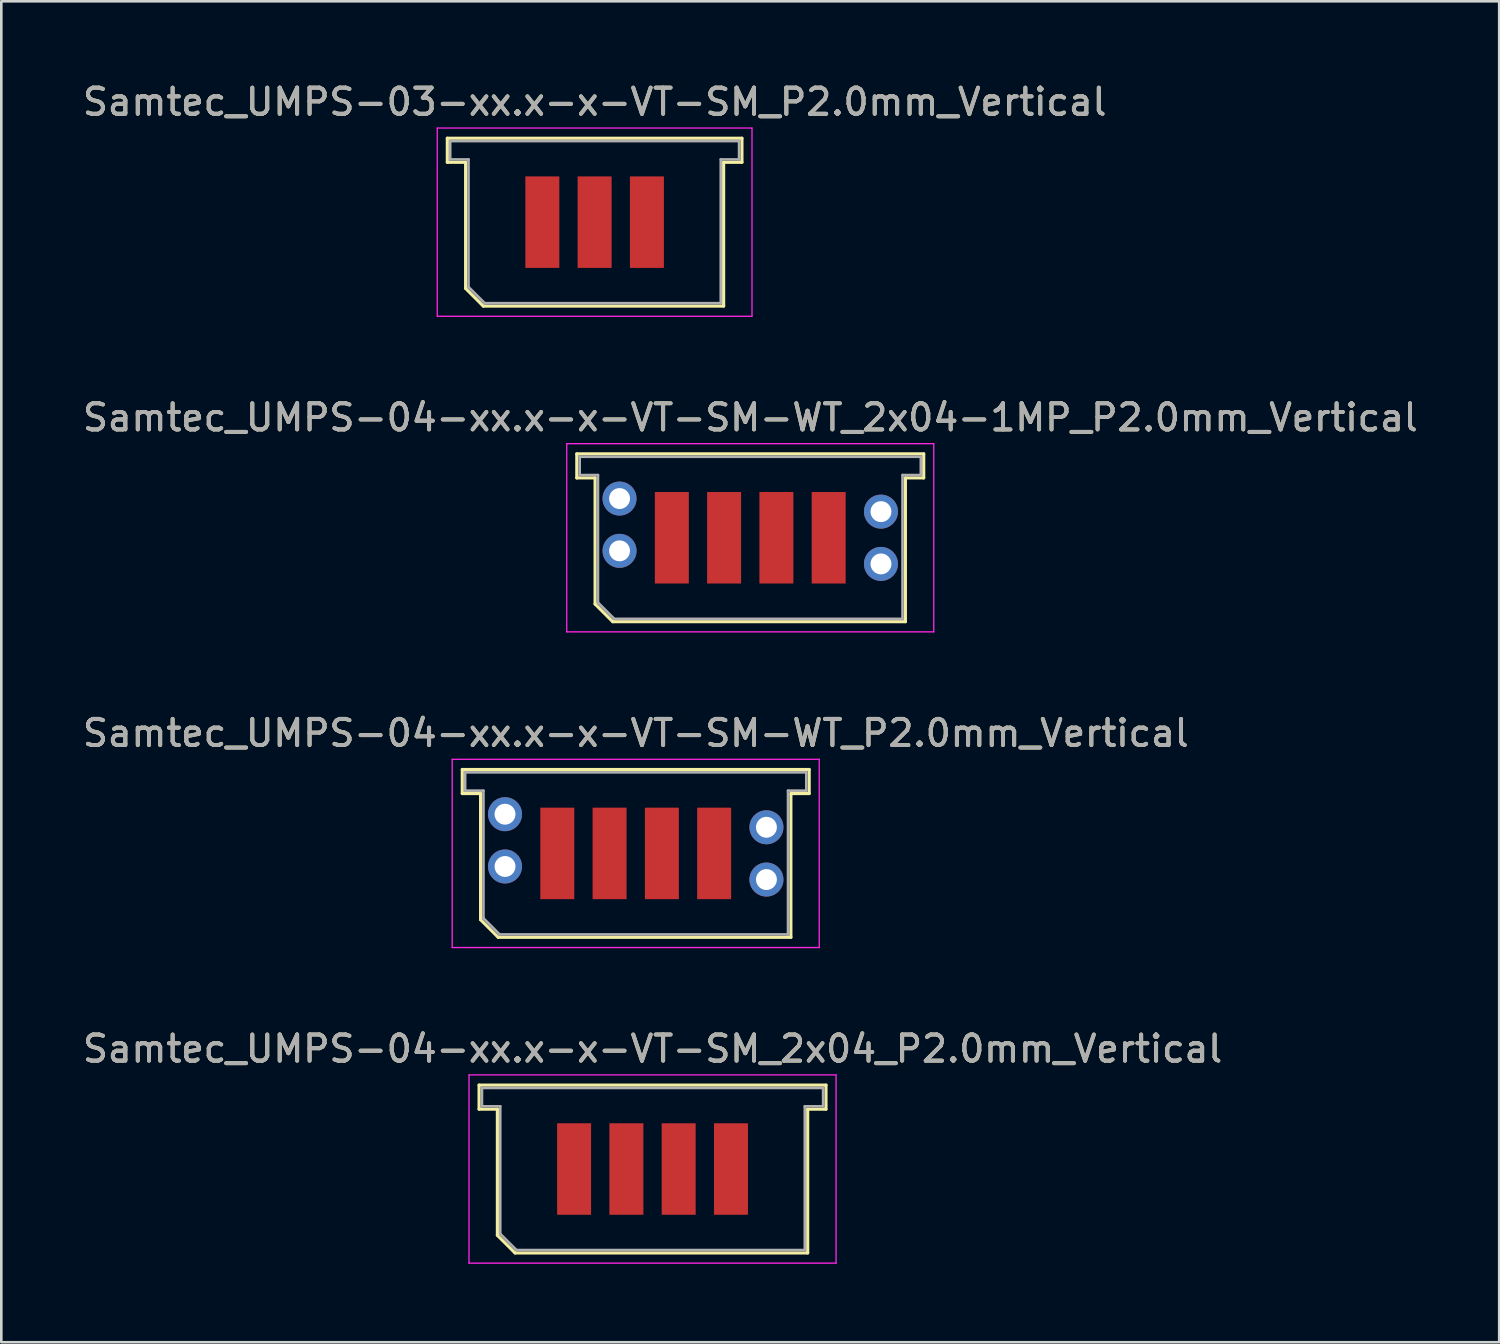
<source format=kicad_pcb>
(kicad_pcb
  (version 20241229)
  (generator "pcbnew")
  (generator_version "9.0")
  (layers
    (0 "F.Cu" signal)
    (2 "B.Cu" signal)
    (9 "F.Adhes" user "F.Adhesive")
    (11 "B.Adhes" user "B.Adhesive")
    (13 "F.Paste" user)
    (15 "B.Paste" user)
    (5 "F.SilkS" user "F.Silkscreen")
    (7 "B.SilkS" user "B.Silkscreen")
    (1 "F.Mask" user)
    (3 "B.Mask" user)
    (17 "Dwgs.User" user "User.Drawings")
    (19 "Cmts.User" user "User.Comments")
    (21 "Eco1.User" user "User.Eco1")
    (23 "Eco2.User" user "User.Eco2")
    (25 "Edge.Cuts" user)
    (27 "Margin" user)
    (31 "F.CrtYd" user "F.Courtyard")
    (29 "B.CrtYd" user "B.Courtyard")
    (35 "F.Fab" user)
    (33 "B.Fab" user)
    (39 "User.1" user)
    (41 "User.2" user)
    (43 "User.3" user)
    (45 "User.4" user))
  (footprint "Samtec_UMPS-03-xx.x-x-VT-SM_P2.0mm_Vertical"
    (layer "F.Cu")
    (at 19.696 5.448)
    (property "Reference" "Samtec_UMPS-03-xx.x-x-VT-SM_P2.0mm_Vertical" (at 0 -4.6 0) (layer "F.SilkS") (effects (font (size 1 1) (thickness 0.15))))
    (attr smd)
    (fp_line (start -5.635 -3.21) (end -5.635 -2.29) (stroke (width 0.12) (type solid)) (layer "F.SilkS"))
    (fp_line (start -5.635 -2.29) (end -4.935 -2.29) (stroke (width 0.12) (type solid)) (layer "F.SilkS"))
    (fp_line (start -4.935 -2.29) (end -4.935 2.535) (stroke (width 0.12) (type solid)) (layer "F.SilkS"))
    (fp_line (start -4.935 2.535) (end -4.26 3.21) (stroke (width 0.12) (type solid)) (layer "F.SilkS"))
    (fp_line (start -4.26 3.21) (end 4.935 3.21) (stroke (width 0.12) (type solid)) (layer "F.SilkS"))
    (fp_line (start 4.935 -2.29) (end 5.635 -2.29) (stroke (width 0.12) (type solid)) (layer "F.SilkS"))
    (fp_line (start 4.935 3.21) (end 4.935 -2.29) (stroke (width 0.12) (type solid)) (layer "F.SilkS"))
    (fp_line (start 5.635 -3.21) (end -5.635 -3.21) (stroke (width 0.12) (type solid)) (layer "F.SilkS"))
    (fp_line (start 5.635 -2.29) (end 5.635 -3.21) (stroke (width 0.12) (type solid)) (layer "F.SilkS"))
    (fp_line (start -6.02 -3.6) (end -6.02 3.6) (stroke (width 0.05) (type solid)) (layer "F.CrtYd"))
    (fp_line (start -6.02 3.6) (end 6.02 3.6) (stroke (width 0.05) (type solid)) (layer "F.CrtYd"))
    (fp_line (start 6.02 -3.6) (end -6.02 -3.6) (stroke (width 0.05) (type solid)) (layer "F.CrtYd"))
    (fp_line (start 6.02 3.6) (end 6.02 -3.6) (stroke (width 0.05) (type solid)) (layer "F.CrtYd"))
    (fp_line (start -5.525 -3.1) (end -5.525 -2.4) (stroke (width 0.1) (type solid)) (layer "F.Fab"))
    (fp_line (start -5.525 -2.4) (end -4.825 -2.4) (stroke (width 0.1) (type solid)) (layer "F.Fab"))
    (fp_line (start -4.825 -2.4) (end -4.825 2.48) (stroke (width 0.1) (type solid)) (layer "F.Fab"))
    (fp_line (start -4.825 2.48) (end -4.205 3.1) (stroke (width 0.1) (type solid)) (layer "F.Fab"))
    (fp_line (start -4.205 3.1) (end 4.825 3.1) (stroke (width 0.1) (type solid)) (layer "F.Fab"))
    (fp_line (start 4.825 -2.4) (end 5.525 -2.4) (stroke (width 0.1) (type solid)) (layer "F.Fab"))
    (fp_line (start 4.825 3.1) (end 4.825 -2.4) (stroke (width 0.1) (type solid)) (layer "F.Fab"))
    (fp_line (start 5.525 -3.1) (end -5.525 -3.1) (stroke (width 0.1) (type solid)) (layer "F.Fab"))
    (fp_line (start 5.525 -2.4) (end 5.525 -3.1) (stroke (width 0.1) (type solid)) (layer "F.Fab"))
    (fp_text user "${REFERENCE}" (at 0 -4.6 0) (layer "F.Fab") (effects (font (size 1 1) (thickness 0.15))))
    (pad "1" smd rect (at -2 0) (size 1.3 3.5) (layers "F.Cu" "F.Mask" "F.Paste"))
    (pad "2" smd rect (at 0 0) (size 1.3 3.5) (layers "F.Cu" "F.Mask" "F.Paste"))
    (pad "3" smd rect (at 2 0) (size 1.3 3.5) (layers "F.Cu" "F.Mask" "F.Paste")))
  (footprint "Samtec_UMPS-04-xx.x-x-VT-SM-WT_2x04-1MP_P2.0mm_Vertical"
    (layer "F.Cu")
    (at 25.649 17.521)
    (property "Reference" "Samtec_UMPS-04-xx.x-x-VT-SM-WT_2x04-1MP_P2.0mm_Vertical" (at 0 -4.6 0) (layer "F.SilkS") (effects (font (size 1 1) (thickness 0.15))))
    (attr smd)
    (fp_line (start -6.635 -3.21) (end -6.635 -2.29) (stroke (width 0.12) (type solid)) (layer "F.SilkS"))
    (fp_line (start -6.635 -2.29) (end -5.935 -2.29) (stroke (width 0.12) (type solid)) (layer "F.SilkS"))
    (fp_line (start -5.935 -2.29) (end -5.935 2.535) (stroke (width 0.12) (type solid)) (layer "F.SilkS"))
    (fp_line (start -5.935 2.535) (end -5.26 3.21) (stroke (width 0.12) (type solid)) (layer "F.SilkS"))
    (fp_line (start -5.26 3.21) (end 5.935 3.21) (stroke (width 0.12) (type solid)) (layer "F.SilkS"))
    (fp_line (start 5.935 -2.29) (end 6.635 -2.29) (stroke (width 0.12) (type solid)) (layer "F.SilkS"))
    (fp_line (start 5.935 3.21) (end 5.935 -2.29) (stroke (width 0.12) (type solid)) (layer "F.SilkS"))
    (fp_line (start 6.635 -3.21) (end -6.635 -3.21) (stroke (width 0.12) (type solid)) (layer "F.SilkS"))
    (fp_line (start 6.635 -2.29) (end 6.635 -3.21) (stroke (width 0.12) (type solid)) (layer "F.SilkS"))
    (fp_line (start -7.02 -3.6) (end -7.02 3.6) (stroke (width 0.05) (type solid)) (layer "F.CrtYd"))
    (fp_line (start -7.02 3.6) (end 7.02 3.6) (stroke (width 0.05) (type solid)) (layer "F.CrtYd"))
    (fp_line (start 7.02 -3.6) (end -7.02 -3.6) (stroke (width 0.05) (type solid)) (layer "F.CrtYd"))
    (fp_line (start 7.02 3.6) (end 7.02 -3.6) (stroke (width 0.05) (type solid)) (layer "F.CrtYd"))
    (fp_line (start -6.525 -3.1) (end -6.525 -2.4) (stroke (width 0.1) (type solid)) (layer "F.Fab"))
    (fp_line (start -6.525 -2.4) (end -5.825 -2.4) (stroke (width 0.1) (type solid)) (layer "F.Fab"))
    (fp_line (start -5.825 -2.4) (end -5.825 2.48) (stroke (width 0.1) (type solid)) (layer "F.Fab"))
    (fp_line (start -5.825 2.48) (end -5.205 3.1) (stroke (width 0.1) (type solid)) (layer "F.Fab"))
    (fp_line (start -5.205 3.1) (end 5.825 3.1) (stroke (width 0.1) (type solid)) (layer "F.Fab"))
    (fp_line (start 5.825 -2.4) (end 6.525 -2.4) (stroke (width 0.1) (type solid)) (layer "F.Fab"))
    (fp_line (start 5.825 3.1) (end 5.825 -2.4) (stroke (width 0.1) (type solid)) (layer "F.Fab"))
    (fp_line (start 6.525 -3.1) (end -6.525 -3.1) (stroke (width 0.1) (type solid)) (layer "F.Fab"))
    (fp_line (start 6.525 -2.4) (end 6.525 -3.1) (stroke (width 0.1) (type solid)) (layer "F.Fab"))
    (fp_text user "${REFERENCE}" (at 0 -4.6 0) (layer "F.Fab") (effects (font (size 1 1) (thickness 0.15))))
    (pad "1" smd rect (at -3 0) (size 1.3 3.5) (layers "F.Cu" "F.Mask" "F.Paste"))
    (pad "2" smd rect (at -1 0) (size 1.3 3.5) (layers "F.Cu" "F.Mask" "F.Paste"))
    (pad "3" smd rect (at 1 0) (size 1.3 3.5) (layers "F.Cu" "F.Mask" "F.Paste"))
    (pad "4" smd rect (at 3 0) (size 1.3 3.5) (layers "F.Cu" "F.Mask" "F.Paste"))
    (pad "MP" thru_hole circle (at -5 -1.5) (size 1.3 1.3) (drill 0.8) (layers "*.Cu" "*.Mask"))
    (pad "MP" thru_hole circle (at -5 0.5) (size 1.3 1.3) (drill 0.8) (layers "*.Cu" "*.Mask"))
    (pad "MP" thru_hole circle (at 5 -1) (size 1.3 1.3) (drill 0.8) (layers "*.Cu" "*.Mask"))
    (pad "MP" thru_hole circle (at 5 1) (size 1.3 1.3) (drill 0.8) (layers "*.Cu" "*.Mask")))
  (footprint "Samtec_UMPS-04-xx.x-x-VT-SM_2x04_P2.0mm_Vertical"
    (layer "F.Cu")
    (at 21.911 41.668)
    (property "Reference" "Samtec_UMPS-04-xx.x-x-VT-SM_2x04_P2.0mm_Vertical" (at 0 -4.6 0) (layer "F.SilkS") (effects (font (size 1 1) (thickness 0.15))))
    (attr smd)
    (fp_line (start -6.635 -3.21) (end -6.635 -2.29) (stroke (width 0.12) (type solid)) (layer "F.SilkS"))
    (fp_line (start -6.635 -2.29) (end -5.935 -2.29) (stroke (width 0.12) (type solid)) (layer "F.SilkS"))
    (fp_line (start -5.935 -2.29) (end -5.935 2.535) (stroke (width 0.12) (type solid)) (layer "F.SilkS"))
    (fp_line (start -5.935 2.535) (end -5.26 3.21) (stroke (width 0.12) (type solid)) (layer "F.SilkS"))
    (fp_line (start -5.26 3.21) (end 5.935 3.21) (stroke (width 0.12) (type solid)) (layer "F.SilkS"))
    (fp_line (start 5.935 -2.29) (end 6.635 -2.29) (stroke (width 0.12) (type solid)) (layer "F.SilkS"))
    (fp_line (start 5.935 3.21) (end 5.935 -2.29) (stroke (width 0.12) (type solid)) (layer "F.SilkS"))
    (fp_line (start 6.635 -3.21) (end -6.635 -3.21) (stroke (width 0.12) (type solid)) (layer "F.SilkS"))
    (fp_line (start 6.635 -2.29) (end 6.635 -3.21) (stroke (width 0.12) (type solid)) (layer "F.SilkS"))
    (fp_line (start -7.02 -3.6) (end -7.02 3.6) (stroke (width 0.05) (type solid)) (layer "F.CrtYd"))
    (fp_line (start -7.02 3.6) (end 7.02 3.6) (stroke (width 0.05) (type solid)) (layer "F.CrtYd"))
    (fp_line (start 7.02 -3.6) (end -7.02 -3.6) (stroke (width 0.05) (type solid)) (layer "F.CrtYd"))
    (fp_line (start 7.02 3.6) (end 7.02 -3.6) (stroke (width 0.05) (type solid)) (layer "F.CrtYd"))
    (fp_line (start -6.525 -3.1) (end -6.525 -2.4) (stroke (width 0.1) (type solid)) (layer "F.Fab"))
    (fp_line (start -6.525 -2.4) (end -5.825 -2.4) (stroke (width 0.1) (type solid)) (layer "F.Fab"))
    (fp_line (start -5.825 -2.4) (end -5.825 2.48) (stroke (width 0.1) (type solid)) (layer "F.Fab"))
    (fp_line (start -5.825 2.48) (end -5.205 3.1) (stroke (width 0.1) (type solid)) (layer "F.Fab"))
    (fp_line (start -5.205 3.1) (end 5.825 3.1) (stroke (width 0.1) (type solid)) (layer "F.Fab"))
    (fp_line (start 5.825 -2.4) (end 6.525 -2.4) (stroke (width 0.1) (type solid)) (layer "F.Fab"))
    (fp_line (start 5.825 3.1) (end 5.825 -2.4) (stroke (width 0.1) (type solid)) (layer "F.Fab"))
    (fp_line (start 6.525 -3.1) (end -6.525 -3.1) (stroke (width 0.1) (type solid)) (layer "F.Fab"))
    (fp_line (start 6.525 -2.4) (end 6.525 -3.1) (stroke (width 0.1) (type solid)) (layer "F.Fab"))
    (fp_text user "${REFERENCE}" (at 0 -4.6 0) (layer "F.Fab") (effects (font (size 1 1) (thickness 0.15))))
    (pad "1" smd rect (at -3 0) (size 1.3 3.5) (layers "F.Cu" "F.Mask" "F.Paste"))
    (pad "2" smd rect (at -1 0) (size 1.3 3.5) (layers "F.Cu" "F.Mask" "F.Paste"))
    (pad "3" smd rect (at 1 0) (size 1.3 3.5) (layers "F.Cu" "F.Mask" "F.Paste"))
    (pad "4" smd rect (at 3 0) (size 1.3 3.5) (layers "F.Cu" "F.Mask" "F.Paste")))
  (footprint "Samtec_UMPS-04-xx.x-x-VT-SM-WT_P2.0mm_Vertical"
    (layer "F.Cu")
    (at 21.268 29.595)
    (property "Reference" "Samtec_UMPS-04-xx.x-x-VT-SM-WT_P2.0mm_Vertical" (at 0 -4.6 0) (layer "F.SilkS") (effects (font (size 1 1) (thickness 0.15))))
    (attr smd)
    (fp_line (start -6.635 -3.21) (end -6.635 -2.29) (stroke (width 0.12) (type solid)) (layer "F.SilkS"))
    (fp_line (start -6.635 -2.29) (end -5.935 -2.29) (stroke (width 0.12) (type solid)) (layer "F.SilkS"))
    (fp_line (start -5.935 -2.29) (end -5.935 2.535) (stroke (width 0.12) (type solid)) (layer "F.SilkS"))
    (fp_line (start -5.935 2.535) (end -5.26 3.21) (stroke (width 0.12) (type solid)) (layer "F.SilkS"))
    (fp_line (start -5.26 3.21) (end 5.935 3.21) (stroke (width 0.12) (type solid)) (layer "F.SilkS"))
    (fp_line (start 5.935 -2.29) (end 6.635 -2.29) (stroke (width 0.12) (type solid)) (layer "F.SilkS"))
    (fp_line (start 5.935 3.21) (end 5.935 -2.29) (stroke (width 0.12) (type solid)) (layer "F.SilkS"))
    (fp_line (start 6.635 -3.21) (end -6.635 -3.21) (stroke (width 0.12) (type solid)) (layer "F.SilkS"))
    (fp_line (start 6.635 -2.29) (end 6.635 -3.21) (stroke (width 0.12) (type solid)) (layer "F.SilkS"))
    (fp_line (start -7.02 -3.6) (end -7.02 3.6) (stroke (width 0.05) (type solid)) (layer "F.CrtYd"))
    (fp_line (start -7.02 3.6) (end 7.02 3.6) (stroke (width 0.05) (type solid)) (layer "F.CrtYd"))
    (fp_line (start 7.02 -3.6) (end -7.02 -3.6) (stroke (width 0.05) (type solid)) (layer "F.CrtYd"))
    (fp_line (start 7.02 3.6) (end 7.02 -3.6) (stroke (width 0.05) (type solid)) (layer "F.CrtYd"))
    (fp_line (start -6.525 -3.1) (end -6.525 -2.4) (stroke (width 0.1) (type solid)) (layer "F.Fab"))
    (fp_line (start -6.525 -2.4) (end -5.825 -2.4) (stroke (width 0.1) (type solid)) (layer "F.Fab"))
    (fp_line (start -5.825 -2.4) (end -5.825 2.48) (stroke (width 0.1) (type solid)) (layer "F.Fab"))
    (fp_line (start -5.825 2.48) (end -5.205 3.1) (stroke (width 0.1) (type solid)) (layer "F.Fab"))
    (fp_line (start -5.205 3.1) (end 5.825 3.1) (stroke (width 0.1) (type solid)) (layer "F.Fab"))
    (fp_line (start 5.825 -2.4) (end 6.525 -2.4) (stroke (width 0.1) (type solid)) (layer "F.Fab"))
    (fp_line (start 5.825 3.1) (end 5.825 -2.4) (stroke (width 0.1) (type solid)) (layer "F.Fab"))
    (fp_line (start 6.525 -3.1) (end -6.525 -3.1) (stroke (width 0.1) (type solid)) (layer "F.Fab"))
    (fp_line (start 6.525 -2.4) (end 6.525 -3.1) (stroke (width 0.1) (type solid)) (layer "F.Fab"))
    (fp_text user "${REFERENCE}" (at 0 -4.6 0) (layer "F.Fab") (effects (font (size 1 1) (thickness 0.15))))
    (pad "" thru_hole circle (at -5 -1.5) (size 1.3 1.3) (drill 0.8) (layers "*.Cu" "*.Mask"))
    (pad "" thru_hole circle (at -5 0.5) (size 1.3 1.3) (drill 0.8) (layers "*.Cu" "*.Mask"))
    (pad "" thru_hole circle (at 5 -1) (size 1.3 1.3) (drill 0.8) (layers "*.Cu" "*.Mask"))
    (pad "" thru_hole circle (at 5 1) (size 1.3 1.3) (drill 0.8) (layers "*.Cu" "*.Mask"))
    (pad "1" smd rect (at -3 0) (size 1.3 3.5) (layers "F.Cu" "F.Mask" "F.Paste"))
    (pad "2" smd rect (at -1 0) (size 1.3 3.5) (layers "F.Cu" "F.Mask" "F.Paste"))
    (pad "3" smd rect (at 1 0) (size 1.3 3.5) (layers "F.Cu" "F.Mask" "F.Paste"))
    (pad "4" smd rect (at 3 0) (size 1.3 3.5) (layers "F.Cu" "F.Mask" "F.Paste")))
  (gr_rect
    (start -3 -3)
    (end 54.298 48.293)
    (stroke (width 0.1) (type default))
    (fill no)
    (layer "Edge.Cuts")))
</source>
